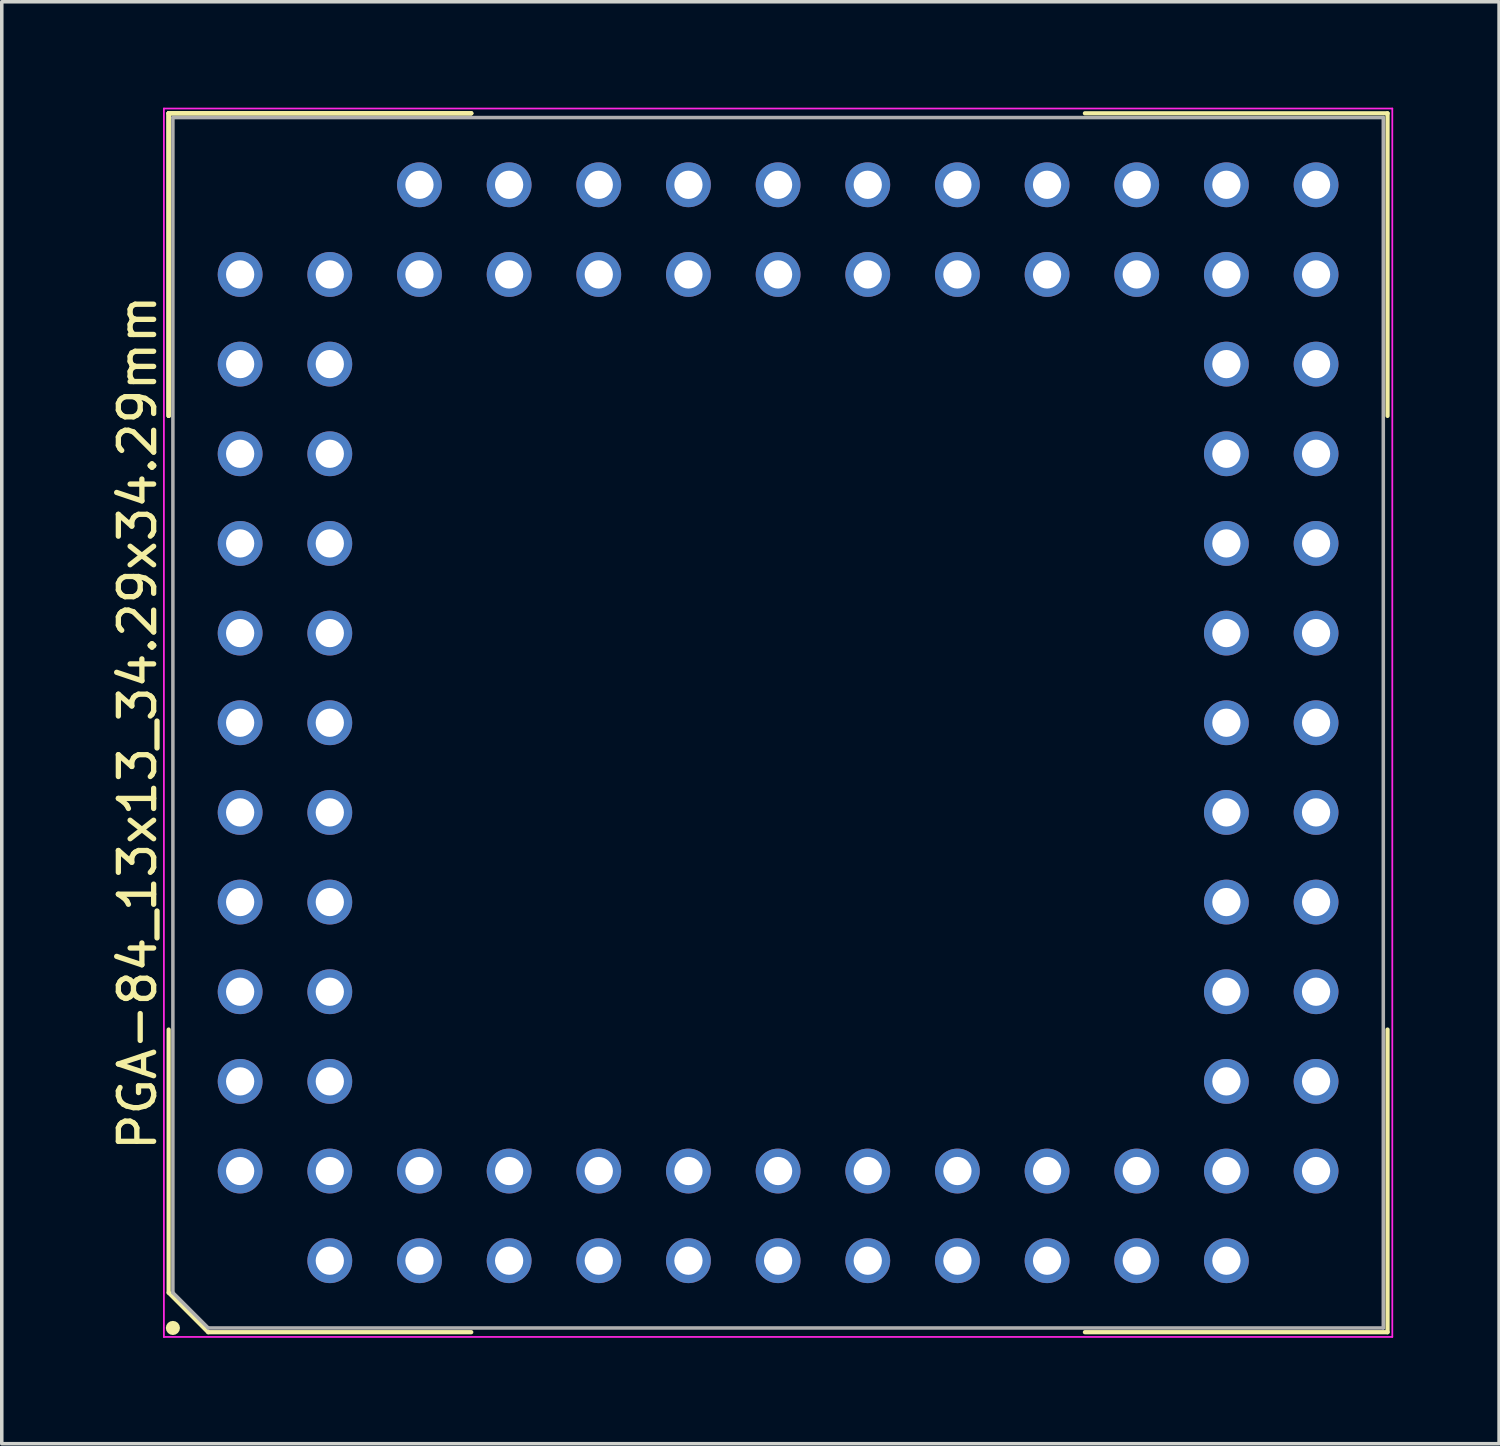
<source format=kicad_pcb>
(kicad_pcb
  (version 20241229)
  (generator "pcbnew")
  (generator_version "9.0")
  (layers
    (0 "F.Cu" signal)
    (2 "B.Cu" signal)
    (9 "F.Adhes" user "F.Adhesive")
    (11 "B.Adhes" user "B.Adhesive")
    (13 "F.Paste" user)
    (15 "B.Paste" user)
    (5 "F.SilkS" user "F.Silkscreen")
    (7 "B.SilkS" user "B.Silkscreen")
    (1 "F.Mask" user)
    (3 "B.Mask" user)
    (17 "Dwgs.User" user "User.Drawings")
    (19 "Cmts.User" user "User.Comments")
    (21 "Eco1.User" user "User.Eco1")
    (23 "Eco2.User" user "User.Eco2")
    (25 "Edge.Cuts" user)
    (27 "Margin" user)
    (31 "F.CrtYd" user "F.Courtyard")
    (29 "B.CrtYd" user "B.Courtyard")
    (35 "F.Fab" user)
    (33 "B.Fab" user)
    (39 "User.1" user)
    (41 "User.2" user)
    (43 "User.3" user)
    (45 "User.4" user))
  (footprint "PGA-84_13x13_34.29x34.29mm"
    (layer "F.Cu")
    (at 18.942 17.501)
    (property "Reference" "PGA-84_13x13_34.29x34.29mm" (at -18.094 -0.076 270) (layer "F.SilkS") (effects (font (size 1 1) (thickness 0.15))))
    (attr through_hole)
    (fp_line (start -17.214 -17.341) (end -8.642 -17.341) (stroke (width 0.12) (type solid)) (layer "F.SilkS"))
    (fp_line (start -17.214 -17.341) (end -8.642 -17.341) (stroke (width 0.12) (type solid)) (layer "F.SilkS"))
    (fp_line (start -17.214 -17.341) (end -8.642 -17.341) (stroke (width 0.12) (type solid)) (layer "F.SilkS"))
    (fp_line (start -17.214 -8.769) (end -17.214 -17.341) (stroke (width 0.12) (type solid)) (layer "F.SilkS"))
    (fp_line (start -17.214 -8.769) (end -17.214 -17.341) (stroke (width 0.12) (type solid)) (layer "F.SilkS"))
    (fp_line (start -17.214 -8.769) (end -17.214 -17.341) (stroke (width 0.12) (type solid)) (layer "F.SilkS"))
    (fp_line (start -17.214 8.616) (end -17.214 16.069) (stroke (width 0.12) (type solid)) (layer "F.SilkS"))
    (fp_line (start -17.214 16.069) (end -16.094 17.189) (stroke (width 0.12) (type solid)) (layer "F.SilkS"))
    (fp_line (start -16.094 17.189) (end -8.642 17.189) (stroke (width 0.12) (type solid)) (layer "F.SilkS"))
    (fp_line (start 17.316 -17.341) (end 8.743 -17.341) (stroke (width 0.12) (type solid)) (layer "F.SilkS"))
    (fp_line (start 17.316 -8.769) (end 17.316 -17.341) (stroke (width 0.12) (type solid)) (layer "F.SilkS"))
    (fp_line (start 17.316 8.616) (end 17.316 17.189) (stroke (width 0.12) (type solid)) (layer "F.SilkS"))
    (fp_line (start 17.316 17.189) (end 8.743 17.189) (stroke (width 0.12) (type solid)) (layer "F.SilkS"))
    (fp_circle (center -17.094 17.069) (end -16.994 17.069) (stroke (width 0.2) (type solid)) (fill no) (layer "F.SilkS"))
    (fp_line (start -17.349 -17.476) (end 17.451 -17.476) (stroke (width 0.05) (type solid)) (layer "F.CrtYd"))
    (fp_line (start -17.349 17.324) (end -17.349 -17.476) (stroke (width 0.05) (type solid)) (layer "F.CrtYd"))
    (fp_line (start 17.451 -17.476) (end 17.451 17.324) (stroke (width 0.05) (type solid)) (layer "F.CrtYd"))
    (fp_line (start 17.451 17.324) (end -17.349 17.324) (stroke (width 0.05) (type solid)) (layer "F.CrtYd"))
    (fp_line (start -17.094 -17.221) (end -17.094 16.069) (stroke (width 0.1) (type solid)) (layer "F.Fab"))
    (fp_line (start -17.094 16.069) (end -16.094 17.069) (stroke (width 0.1) (type solid)) (layer "F.Fab"))
    (fp_line (start -16.094 17.069) (end 17.196 17.069) (stroke (width 0.1) (type solid)) (layer "F.Fab"))
    (fp_line (start 17.196 -17.221) (end -17.094 -17.221) (stroke (width 0.1) (type solid)) (layer "F.Fab"))
    (fp_line (start 17.196 17.069) (end 17.196 -17.221) (stroke (width 0.1) (type solid)) (layer "F.Fab"))
    (pad "A2" thru_hole circle (at -15.189 12.624 90) (size 1.27 1.27) (drill 0.8) (layers "*.Cu" "*.Mask"))
    (pad "A3" thru_hole circle (at -15.189 10.084 90) (size 1.27 1.27) (drill 0.8) (layers "*.Cu" "*.Mask"))
    (pad "A4" thru_hole circle (at -15.189 7.544 90) (size 1.27 1.27) (drill 0.8) (layers "*.Cu" "*.Mask"))
    (pad "A5" thru_hole circle (at -15.189 5.004 90) (size 1.27 1.27) (drill 0.8) (layers "*.Cu" "*.Mask"))
    (pad "A6" thru_hole circle (at -15.189 2.464 90) (size 1.27 1.27) (drill 0.8) (layers "*.Cu" "*.Mask"))
    (pad "A7" thru_hole circle (at -15.189 -0.076 90) (size 1.27 1.27) (drill 0.8) (layers "*.Cu" "*.Mask"))
    (pad "A8" thru_hole circle (at -15.189 -2.616 90) (size 1.27 1.27) (drill 0.8) (layers "*.Cu" "*.Mask"))
    (pad "A9" thru_hole circle (at -15.189 -5.156 90) (size 1.27 1.27) (drill 0.8) (layers "*.Cu" "*.Mask"))
    (pad "A10" thru_hole circle (at -15.189 -7.696 90) (size 1.27 1.27) (drill 0.8) (layers "*.Cu" "*.Mask"))
    (pad "A11" thru_hole circle (at -15.189 -10.236 90) (size 1.27 1.27) (drill 0.8) (layers "*.Cu" "*.Mask"))
    (pad "A12" thru_hole circle (at -15.189 -12.776 90) (size 1.27 1.27) (drill 0.8) (layers "*.Cu" "*.Mask"))
    (pad "B1" thru_hole circle (at -12.649 15.164 90) (size 1.27 1.27) (drill 0.8) (layers "*.Cu" "*.Mask"))
    (pad "B2" thru_hole circle (at -12.649 12.624 90) (size 1.27 1.27) (drill 0.8) (layers "*.Cu" "*.Mask"))
    (pad "B3" thru_hole circle (at -12.649 10.084 90) (size 1.27 1.27) (drill 0.8) (layers "*.Cu" "*.Mask"))
    (pad "B4" thru_hole circle (at -12.649 7.544 90) (size 1.27 1.27) (drill 0.8) (layers "*.Cu" "*.Mask"))
    (pad "B5" thru_hole circle (at -12.649 5.004 90) (size 1.27 1.27) (drill 0.8) (layers "*.Cu" "*.Mask"))
    (pad "B6" thru_hole circle (at -12.649 2.464 90) (size 1.27 1.27) (drill 0.8) (layers "*.Cu" "*.Mask"))
    (pad "B7" thru_hole circle (at -12.649 -0.076 90) (size 1.27 1.27) (drill 0.8) (layers "*.Cu" "*.Mask"))
    (pad "B8" thru_hole circle (at -12.649 -2.616 90) (size 1.27 1.27) (drill 0.8) (layers "*.Cu" "*.Mask"))
    (pad "B9" thru_hole circle (at -12.649 -5.156 90) (size 1.27 1.27) (drill 0.8) (layers "*.Cu" "*.Mask"))
    (pad "B10" thru_hole circle (at -12.649 -7.696 90) (size 1.27 1.27) (drill 0.8) (layers "*.Cu" "*.Mask"))
    (pad "B11" thru_hole circle (at -12.649 -10.236 90) (size 1.27 1.27) (drill 0.8) (layers "*.Cu" "*.Mask"))
    (pad "B12" thru_hole circle (at -12.649 -12.776 90) (size 1.27 1.27) (drill 0.8) (layers "*.Cu" "*.Mask"))
    (pad "C1" thru_hole circle (at -10.109 15.164 90) (size 1.27 1.27) (drill 0.8) (layers "*.Cu" "*.Mask"))
    (pad "C2" thru_hole circle (at -10.109 12.624 90) (size 1.27 1.27) (drill 0.8) (layers "*.Cu" "*.Mask"))
    (pad "C12" thru_hole circle (at -10.109 -12.776 90) (size 1.27 1.27) (drill 0.8) (layers "*.Cu" "*.Mask"))
    (pad "C13" thru_hole circle (at -10.109 -15.316 90) (size 1.27 1.27) (drill 0.8) (layers "*.Cu" "*.Mask"))
    (pad "D1" thru_hole circle (at -7.569 15.164 90) (size 1.27 1.27) (drill 0.8) (layers "*.Cu" "*.Mask"))
    (pad "D2" thru_hole circle (at -7.569 12.624 90) (size 1.27 1.27) (drill 0.8) (layers "*.Cu" "*.Mask"))
    (pad "D12" thru_hole circle (at -7.569 -12.776 90) (size 1.27 1.27) (drill 0.8) (layers "*.Cu" "*.Mask"))
    (pad "D13" thru_hole circle (at -7.569 -15.316 90) (size 1.27 1.27) (drill 0.8) (layers "*.Cu" "*.Mask"))
    (pad "E1" thru_hole circle (at -5.029 15.164 90) (size 1.27 1.27) (drill 0.8) (layers "*.Cu" "*.Mask"))
    (pad "E2" thru_hole circle (at -5.029 12.624 90) (size 1.27 1.27) (drill 0.8) (layers "*.Cu" "*.Mask"))
    (pad "E12" thru_hole circle (at -5.029 -12.776 90) (size 1.27 1.27) (drill 0.8) (layers "*.Cu" "*.Mask"))
    (pad "E13" thru_hole circle (at -5.029 -15.316 90) (size 1.27 1.27) (drill 0.8) (layers "*.Cu" "*.Mask"))
    (pad "F1" thru_hole circle (at -2.489 15.164 90) (size 1.27 1.27) (drill 0.8) (layers "*.Cu" "*.Mask"))
    (pad "F2" thru_hole circle (at -2.489 12.624 90) (size 1.27 1.27) (drill 0.8) (layers "*.Cu" "*.Mask"))
    (pad "F12" thru_hole circle (at -2.489 -12.776 90) (size 1.27 1.27) (drill 0.8) (layers "*.Cu" "*.Mask"))
    (pad "F13" thru_hole circle (at -2.489 -15.316 90) (size 1.27 1.27) (drill 0.8) (layers "*.Cu" "*.Mask"))
    (pad "G1" thru_hole circle (at 0.051 15.164 90) (size 1.27 1.27) (drill 0.8) (layers "*.Cu" "*.Mask"))
    (pad "G2" thru_hole circle (at 0.051 12.624 90) (size 1.27 1.27) (drill 0.8) (layers "*.Cu" "*.Mask"))
    (pad "G12" thru_hole circle (at 0.051 -12.776 90) (size 1.27 1.27) (drill 0.8) (layers "*.Cu" "*.Mask"))
    (pad "G13" thru_hole circle (at 0.051 -15.316 90) (size 1.27 1.27) (drill 0.8) (layers "*.Cu" "*.Mask"))
    (pad "H1" thru_hole circle (at 2.591 15.164 90) (size 1.27 1.27) (drill 0.8) (layers "*.Cu" "*.Mask"))
    (pad "H2" thru_hole circle (at 2.591 12.624 90) (size 1.27 1.27) (drill 0.8) (layers "*.Cu" "*.Mask"))
    (pad "H12" thru_hole circle (at 2.591 -12.776 90) (size 1.27 1.27) (drill 0.8) (layers "*.Cu" "*.Mask"))
    (pad "H13" thru_hole circle (at 2.591 -15.316 90) (size 1.27 1.27) (drill 0.8) (layers "*.Cu" "*.Mask"))
    (pad "J1" thru_hole circle (at 5.131 15.164 90) (size 1.27 1.27) (drill 0.8) (layers "*.Cu" "*.Mask"))
    (pad "J2" thru_hole circle (at 5.131 12.624 90) (size 1.27 1.27) (drill 0.8) (layers "*.Cu" "*.Mask"))
    (pad "J12" thru_hole circle (at 5.131 -12.776 90) (size 1.27 1.27) (drill 0.8) (layers "*.Cu" "*.Mask"))
    (pad "J13" thru_hole circle (at 5.131 -15.316 90) (size 1.27 1.27) (drill 0.8) (layers "*.Cu" "*.Mask"))
    (pad "K1" thru_hole circle (at 7.671 15.164 90) (size 1.27 1.27) (drill 0.8) (layers "*.Cu" "*.Mask"))
    (pad "K2" thru_hole circle (at 7.671 12.624 90) (size 1.27 1.27) (drill 0.8) (layers "*.Cu" "*.Mask"))
    (pad "K12" thru_hole circle (at 7.671 -12.776 90) (size 1.27 1.27) (drill 0.8) (layers "*.Cu" "*.Mask"))
    (pad "K13" thru_hole circle (at 7.671 -15.316 90) (size 1.27 1.27) (drill 0.8) (layers "*.Cu" "*.Mask"))
    (pad "L1" thru_hole circle (at 10.211 15.164 90) (size 1.27 1.27) (drill 0.8) (layers "*.Cu" "*.Mask"))
    (pad "L2" thru_hole circle (at 10.211 12.624 90) (size 1.27 1.27) (drill 0.8) (layers "*.Cu" "*.Mask"))
    (pad "L12" thru_hole circle (at 10.211 -12.776 90) (size 1.27 1.27) (drill 0.8) (layers "*.Cu" "*.Mask"))
    (pad "L13" thru_hole circle (at 10.211 -15.316 90) (size 1.27 1.27) (drill 0.8) (layers "*.Cu" "*.Mask"))
    (pad "M1" thru_hole circle (at 12.751 15.164 90) (size 1.27 1.27) (drill 0.8) (layers "*.Cu" "*.Mask"))
    (pad "M2" thru_hole circle (at 12.751 12.624 90) (size 1.27 1.27) (drill 0.8) (layers "*.Cu" "*.Mask"))
    (pad "M3" thru_hole circle (at 12.751 10.084 90) (size 1.27 1.27) (drill 0.8) (layers "*.Cu" "*.Mask"))
    (pad "M4" thru_hole circle (at 12.751 7.544 90) (size 1.27 1.27) (drill 0.8) (layers "*.Cu" "*.Mask"))
    (pad "M5" thru_hole circle (at 12.751 5.004 90) (size 1.27 1.27) (drill 0.8) (layers "*.Cu" "*.Mask"))
    (pad "M6" thru_hole circle (at 12.751 2.464 90) (size 1.27 1.27) (drill 0.8) (layers "*.Cu" "*.Mask"))
    (pad "M7" thru_hole circle (at 12.751 -0.076 90) (size 1.27 1.27) (drill 0.8) (layers "*.Cu" "*.Mask"))
    (pad "M8" thru_hole circle (at 12.751 -2.616 90) (size 1.27 1.27) (drill 0.8) (layers "*.Cu" "*.Mask"))
    (pad "M9" thru_hole circle (at 12.751 -5.156 90) (size 1.27 1.27) (drill 0.8) (layers "*.Cu" "*.Mask"))
    (pad "M10" thru_hole circle (at 12.751 -7.696 90) (size 1.27 1.27) (drill 0.8) (layers "*.Cu" "*.Mask"))
    (pad "M11" thru_hole circle (at 12.751 -10.236 90) (size 1.27 1.27) (drill 0.8) (layers "*.Cu" "*.Mask"))
    (pad "M12" thru_hole circle (at 12.751 -12.776 90) (size 1.27 1.27) (drill 0.8) (layers "*.Cu" "*.Mask"))
    (pad "M13" thru_hole circle (at 12.751 -15.316 90) (size 1.27 1.27) (drill 0.8) (layers "*.Cu" "*.Mask"))
    (pad "N2" thru_hole circle (at 15.291 12.624 90) (size 1.27 1.27) (drill 0.8) (layers "*.Cu" "*.Mask"))
    (pad "N3" thru_hole circle (at 15.291 10.084 90) (size 1.27 1.27) (drill 0.8) (layers "*.Cu" "*.Mask"))
    (pad "N4" thru_hole circle (at 15.291 7.544 90) (size 1.27 1.27) (drill 0.8) (layers "*.Cu" "*.Mask"))
    (pad "N5" thru_hole circle (at 15.291 5.004 90) (size 1.27 1.27) (drill 0.8) (layers "*.Cu" "*.Mask"))
    (pad "N6" thru_hole circle (at 15.291 2.464 90) (size 1.27 1.27) (drill 0.8) (layers "*.Cu" "*.Mask"))
    (pad "N7" thru_hole circle (at 15.291 -0.076 90) (size 1.27 1.27) (drill 0.8) (layers "*.Cu" "*.Mask"))
    (pad "N8" thru_hole circle (at 15.291 -2.616 90) (size 1.27 1.27) (drill 0.8) (layers "*.Cu" "*.Mask"))
    (pad "N9" thru_hole circle (at 15.291 -5.156 90) (size 1.27 1.27) (drill 0.8) (layers "*.Cu" "*.Mask"))
    (pad "N10" thru_hole circle (at 15.291 -7.696 90) (size 1.27 1.27) (drill 0.8) (layers "*.Cu" "*.Mask"))
    (pad "N11" thru_hole circle (at 15.291 -10.236 90) (size 1.27 1.27) (drill 0.8) (layers "*.Cu" "*.Mask"))
    (pad "N12" thru_hole circle (at 15.291 -12.776 90) (size 1.27 1.27) (drill 0.8) (layers "*.Cu" "*.Mask"))
    (pad "N13" thru_hole circle (at 15.291 -15.316 90) (size 1.27 1.27) (drill 0.8) (layers "*.Cu" "*.Mask")))
  (gr_rect
    (start -3 -3)
    (end 39.418 37.85)
    (stroke (width 0.1) (type default))
    (fill no)
    (layer "Edge.Cuts")))
</source>
